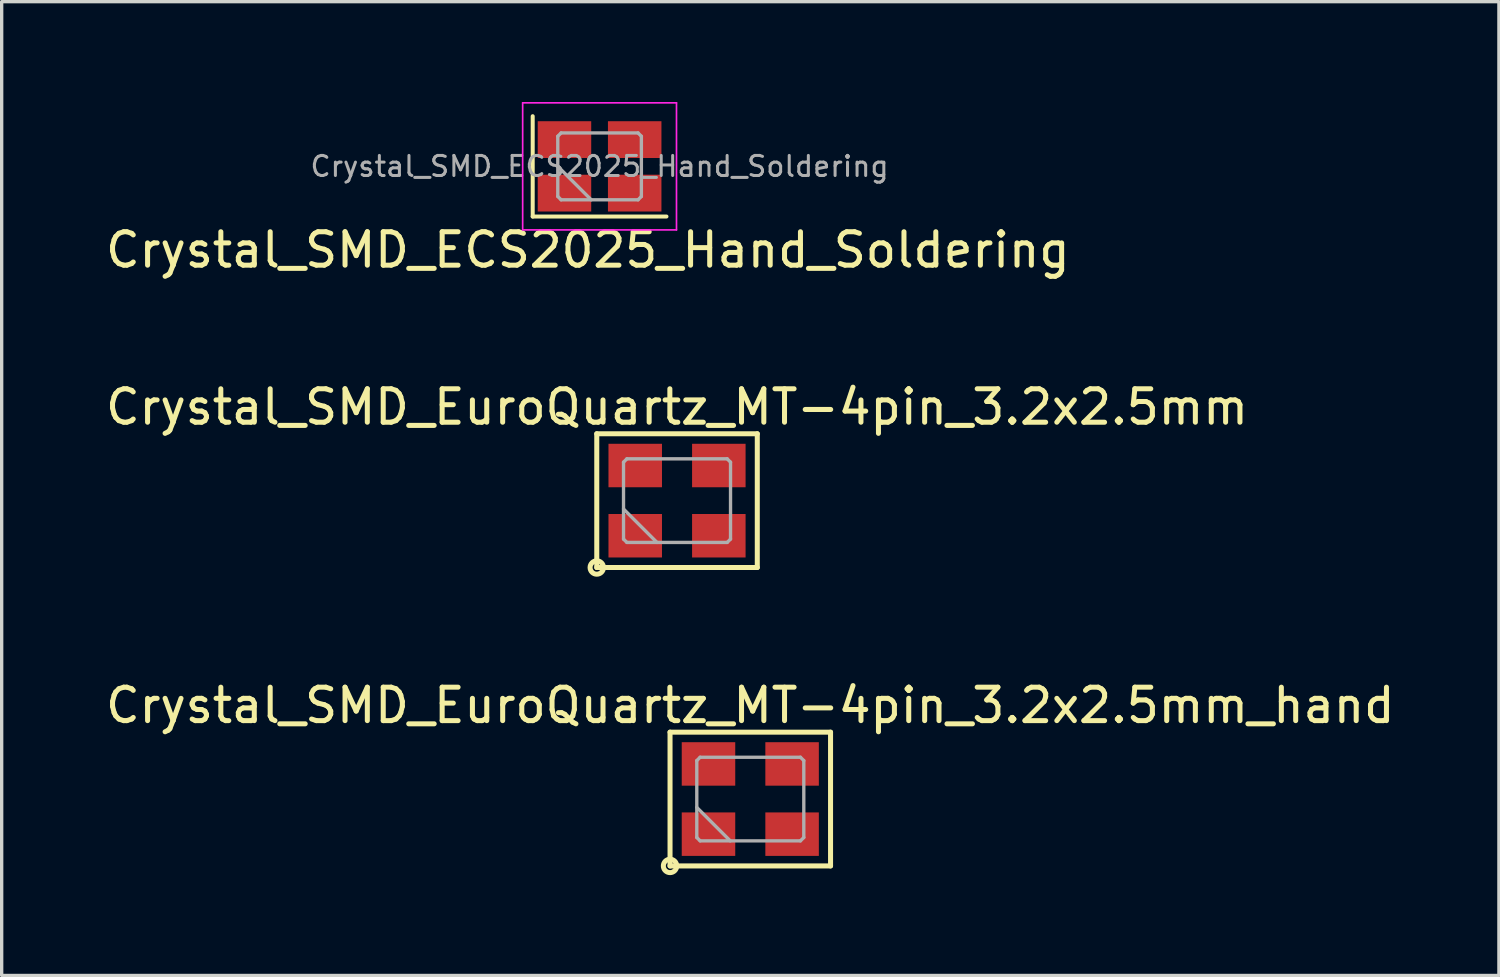
<source format=kicad_pcb>
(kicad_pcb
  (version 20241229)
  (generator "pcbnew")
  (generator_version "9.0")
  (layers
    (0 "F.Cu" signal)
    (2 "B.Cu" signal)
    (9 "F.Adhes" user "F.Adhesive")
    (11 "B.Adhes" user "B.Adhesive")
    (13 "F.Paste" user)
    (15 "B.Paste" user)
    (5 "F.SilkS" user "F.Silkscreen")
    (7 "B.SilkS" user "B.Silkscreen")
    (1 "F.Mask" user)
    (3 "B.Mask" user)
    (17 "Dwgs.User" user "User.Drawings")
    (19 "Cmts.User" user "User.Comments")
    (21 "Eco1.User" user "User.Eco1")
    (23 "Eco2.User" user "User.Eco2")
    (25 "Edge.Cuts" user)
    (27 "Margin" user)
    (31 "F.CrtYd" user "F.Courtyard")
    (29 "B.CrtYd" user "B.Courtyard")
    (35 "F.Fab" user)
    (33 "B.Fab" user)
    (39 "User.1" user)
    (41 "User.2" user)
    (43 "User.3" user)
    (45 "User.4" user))
  (footprint "Crystal_SMD_EuroQuartz_MT-4pin_3.2x2.5mm"
    (layer "F.Cu")
    (at 17.196 11.921)
    (property "Reference" "Crystal_SMD_EuroQuartz_MT-4pin_3.2x2.5mm" (at 0 -2.8 0) (layer "F.SilkS") (effects (font (size 1 1) (thickness 0.15))))
    (attr smd)
    (fp_line (start -2.4 -2) (end 2.4 -2) (stroke (width 0.15) (type solid)) (layer "F.SilkS"))
    (fp_line (start -2.4 2) (end -2.4 -2) (stroke (width 0.15) (type solid)) (layer "F.SilkS"))
    (fp_line (start 2.4 -2) (end 2.4 2) (stroke (width 0.15) (type solid)) (layer "F.SilkS"))
    (fp_line (start 2.4 2) (end -2.4 2) (stroke (width 0.15) (type solid)) (layer "F.SilkS"))
    (fp_circle (center -2.4 2) (end -2.4 2.2) (stroke (width 0.15) (type solid)) (fill no) (layer "F.SilkS"))
    (fp_line (start -1.6 -1.15) (end -1.5 -1.25) (stroke (width 0.1) (type solid)) (layer "F.Fab"))
    (fp_line (start -1.6 0.25) (end -0.6 1.25) (stroke (width 0.1) (type solid)) (layer "F.Fab"))
    (fp_line (start -1.6 1.15) (end -1.6 -1.15) (stroke (width 0.1) (type solid)) (layer "F.Fab"))
    (fp_line (start -1.5 -1.25) (end 1.5 -1.25) (stroke (width 0.1) (type solid)) (layer "F.Fab"))
    (fp_line (start -1.5 1.25) (end -1.6 1.15) (stroke (width 0.1) (type solid)) (layer "F.Fab"))
    (fp_line (start 1.5 -1.25) (end 1.6 -1.15) (stroke (width 0.1) (type solid)) (layer "F.Fab"))
    (fp_line (start 1.5 1.25) (end -1.5 1.25) (stroke (width 0.1) (type solid)) (layer "F.Fab"))
    (fp_line (start 1.6 -1.15) (end 1.6 1.15) (stroke (width 0.1) (type solid)) (layer "F.Fab"))
    (fp_line (start 1.6 1.15) (end 1.5 1.25) (stroke (width 0.1) (type solid)) (layer "F.Fab"))
    (pad "1" smd rect (at -1.25 1.05) (size 1.6 1.3) (layers "F.Cu" "F.Mask"))
    (pad "2" smd rect (at 1.25 1.05) (size 1.6 1.3) (layers "F.Cu" "F.Mask"))
    (pad "3" smd rect (at 1.25 -1.05) (size 1.6 1.3) (layers "F.Cu" "F.Mask"))
    (pad "4" smd rect (at -1.25 -1.05) (size 1.6 1.3) (layers "F.Cu" "F.Mask")))
  (footprint "Crystal_SMD_EuroQuartz_MT-4pin_3.2x2.5mm_hand"
    (layer "F.Cu")
    (at 19.387 20.845)
    (property "Reference" "Crystal_SMD_EuroQuartz_MT-4pin_3.2x2.5mm_hand" (at 0 -2.8 0) (layer "F.SilkS") (effects (font (size 1 1) (thickness 0.15))))
    (attr smd)
    (fp_line (start -2.4 -2) (end 2.4 -2) (stroke (width 0.15) (type solid)) (layer "F.SilkS"))
    (fp_line (start -2.4 2) (end -2.4 -2) (stroke (width 0.15) (type solid)) (layer "F.SilkS"))
    (fp_line (start 2.4 -2) (end 2.4 2) (stroke (width 0.15) (type solid)) (layer "F.SilkS"))
    (fp_line (start 2.4 2) (end -2.4 2) (stroke (width 0.15) (type solid)) (layer "F.SilkS"))
    (fp_circle (center -2.4 2) (end -2.4 2.2) (stroke (width 0.15) (type solid)) (fill no) (layer "F.SilkS"))
    (fp_line (start -1.6 -1.15) (end -1.5 -1.25) (stroke (width 0.1) (type solid)) (layer "F.Fab"))
    (fp_line (start -1.6 0.25) (end -0.6 1.25) (stroke (width 0.1) (type solid)) (layer "F.Fab"))
    (fp_line (start -1.6 1.15) (end -1.6 -1.15) (stroke (width 0.1) (type solid)) (layer "F.Fab"))
    (fp_line (start -1.5 -1.25) (end 1.5 -1.25) (stroke (width 0.1) (type solid)) (layer "F.Fab"))
    (fp_line (start -1.5 1.25) (end -1.6 1.15) (stroke (width 0.1) (type solid)) (layer "F.Fab"))
    (fp_line (start 1.5 -1.25) (end 1.6 -1.15) (stroke (width 0.1) (type solid)) (layer "F.Fab"))
    (fp_line (start 1.5 1.25) (end -1.5 1.25) (stroke (width 0.1) (type solid)) (layer "F.Fab"))
    (fp_line (start 1.6 -1.15) (end 1.6 1.15) (stroke (width 0.1) (type solid)) (layer "F.Fab"))
    (fp_line (start 1.6 1.15) (end 1.5 1.25) (stroke (width 0.1) (type solid)) (layer "F.Fab"))
    (pad "1" smd rect (at -1.25 1.05) (size 1.6 1.3) (layers "F.Cu" "F.Mask"))
    (pad "2" smd rect (at 1.25 1.05) (size 1.6 1.3) (layers "F.Cu" "F.Mask"))
    (pad "3" smd rect (at 1.25 -1.05) (size 1.6 1.3) (layers "F.Cu" "F.Mask"))
    (pad "4" smd rect (at -1.25 -1.05) (size 1.6 1.3) (layers "F.Cu" "F.Mask")))
  (footprint "Crystal_SMD_ECS2025_Hand_Soldering"
    (layer "F.Cu")
    (at 14.88 1.925)
    (property "Reference" "Crystal_SMD_ECS2025_Hand_Soldering" (at -0.35 2.5 0) (layer "F.SilkS") (effects (font (size 1 1) (thickness 0.15))))
    (attr smd)
    (fp_line (start -2 -1.5) (end -2 1.5) (stroke (width 0.12) (type solid)) (layer "F.SilkS"))
    (fp_line (start -2 1.5) (end 2 1.5) (stroke (width 0.12) (type solid)) (layer "F.SilkS"))
    (fp_line (start -2.3 -1.9) (end -2.3 1.9) (stroke (width 0.05) (type solid)) (layer "F.CrtYd"))
    (fp_line (start -2.3 1.9) (end 2.3 1.9) (stroke (width 0.05) (type solid)) (layer "F.CrtYd"))
    (fp_line (start 2.3 -1.9) (end -2.3 -1.9) (stroke (width 0.05) (type solid)) (layer "F.CrtYd"))
    (fp_line (start 2.3 1.9) (end 2.3 -1.9) (stroke (width 0.05) (type solid)) (layer "F.CrtYd"))
    (fp_line (start -1.25 -0.9) (end -1.15 -1) (stroke (width 0.1) (type solid)) (layer "F.Fab"))
    (fp_line (start -1.25 0) (end -0.25 1) (stroke (width 0.1) (type solid)) (layer "F.Fab"))
    (fp_line (start -1.25 0.9) (end -1.25 -0.9) (stroke (width 0.1) (type solid)) (layer "F.Fab"))
    (fp_line (start -1.15 -1) (end 1.15 -1) (stroke (width 0.1) (type solid)) (layer "F.Fab"))
    (fp_line (start -1.15 1) (end -1.25 0.9) (stroke (width 0.1) (type solid)) (layer "F.Fab"))
    (fp_line (start 1.15 -1) (end 1.25 -0.9) (stroke (width 0.1) (type solid)) (layer "F.Fab"))
    (fp_line (start 1.15 1) (end -1.15 1) (stroke (width 0.1) (type solid)) (layer "F.Fab"))
    (fp_line (start 1.25 -0.9) (end 1.25 0.9) (stroke (width 0.1) (type solid)) (layer "F.Fab"))
    (fp_line (start 1.25 0.9) (end 1.15 1) (stroke (width 0.1) (type solid)) (layer "F.Fab"))
    (fp_text user "${REFERENCE}" (at 0 0 0) (layer "F.Fab") (effects (font (size 0.6 0.6) (thickness 0.09))))
    (pad "1" smd rect (at -1.05 0.8) (size 1.6 1.1) (layers "F.Cu" "F.Mask" "F.Paste"))
    (pad "2" smd rect (at 1.05 0.8) (size 1.6 1.1) (layers "F.Cu" "F.Mask" "F.Paste"))
    (pad "3" smd rect (at 1.05 -0.8) (size 1.6 1.1) (layers "F.Cu" "F.Mask" "F.Paste"))
    (pad "4" smd rect (at -1.05 -0.8) (size 1.6 1.1) (layers "F.Cu" "F.Mask" "F.Paste")))
  (gr_rect
    (start -3 -3)
    (end 41.774 26.12)
    (stroke (width 0.1) (type default))
    (fill no)
    (layer "Edge.Cuts")))
</source>
